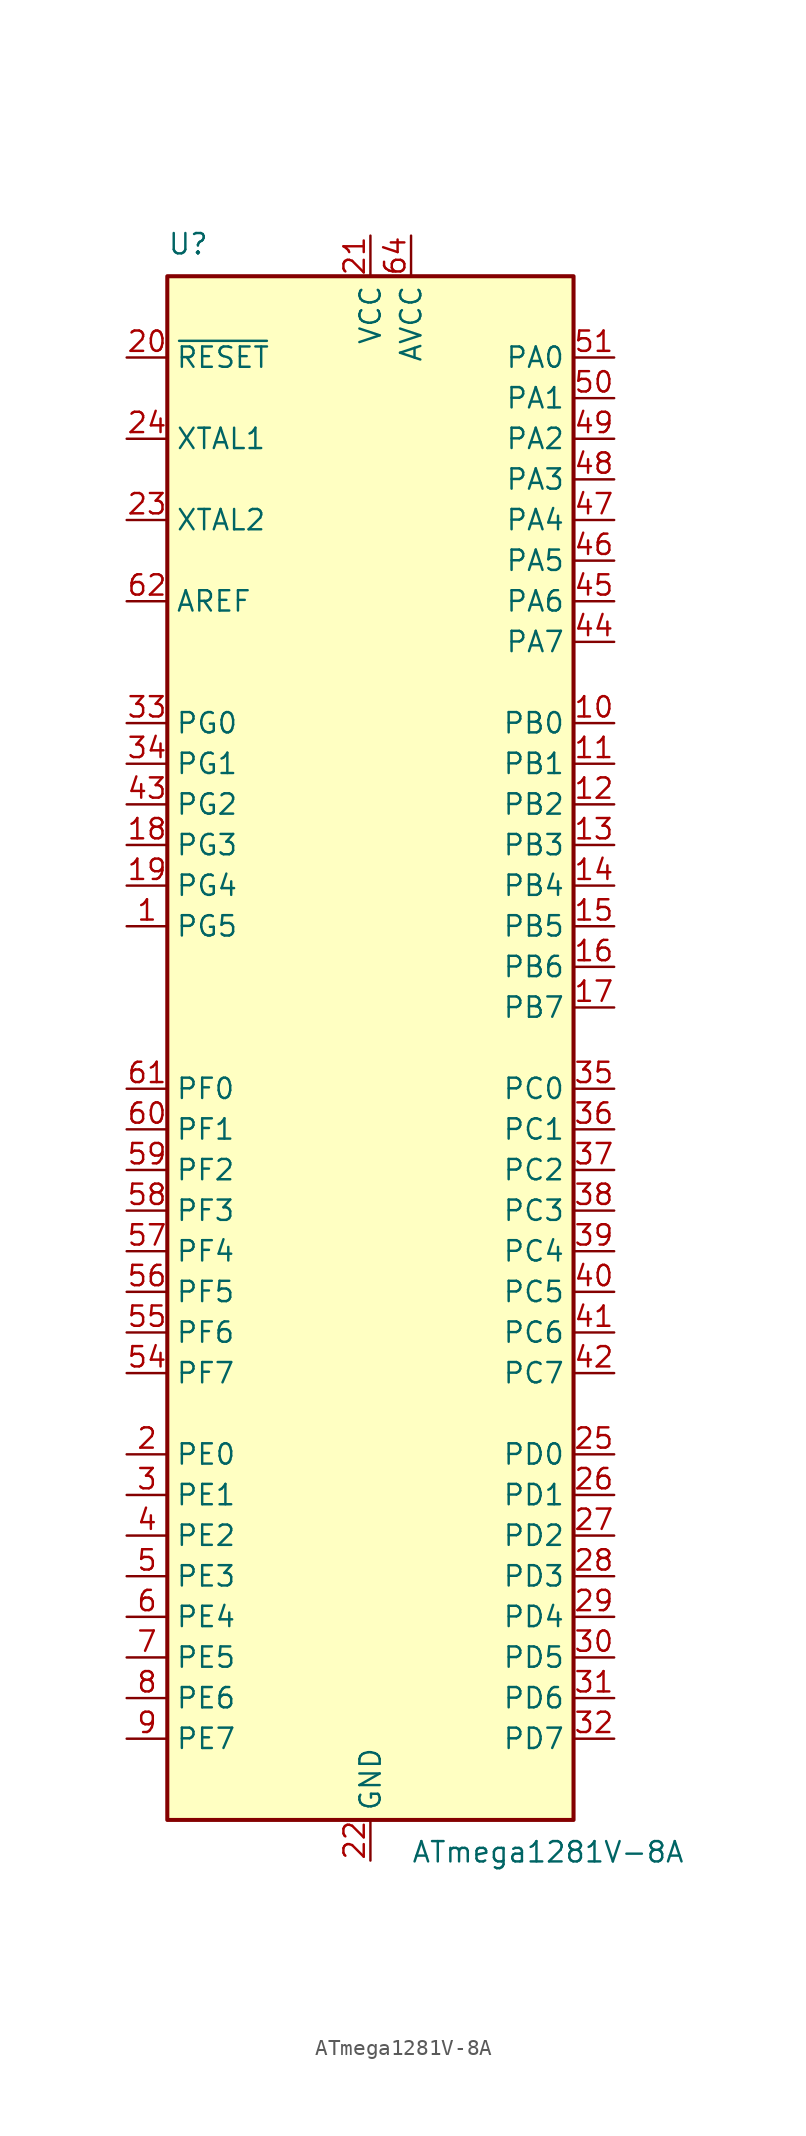
<source format=kicad_sym>
(kicad_symbol_lib
  (version 20201005)
  (generator kicad_symbol_editor)
  (symbol "ATmega1281V-8A"
    (property "Reference" "U"
      (at -12.7 49.53 0)
      (effects (font (size 1.27 1.27)) (justify left bottom)))
    (property "Value" "ATmega1281V-8A"
      (at 2.54 -49.53 0)
      (effects (font (size 1.27 1.27)) (justify left top)))
    (symbol "ATmega1281V-8A_0_1"
      (rectangle (start -12.7 -48.26) (end 12.7 48.26) (stroke (width 0.254)) (fill (type background))))
    (symbol "ATmega1281V-8A_1_1"
      (pin bidirectional line (at -15.24 7.62 0) (length 2.54) (name "PG5" (effects (font (size 1.27 1.27)))) (number "1" (effects (font (size 1.27 1.27)))))
      (pin bidirectional line (at 15.24 20.32 180) (length 2.54) (name "PB0" (effects (font (size 1.27 1.27)))) (number "10" (effects (font (size 1.27 1.27)))))
      (pin bidirectional line (at 15.24 17.78 180) (length 2.54) (name "PB1" (effects (font (size 1.27 1.27)))) (number "11" (effects (font (size 1.27 1.27)))))
      (pin bidirectional line (at 15.24 15.24 180) (length 2.54) (name "PB2" (effects (font (size 1.27 1.27)))) (number "12" (effects (font (size 1.27 1.27)))))
      (pin bidirectional line (at 15.24 12.7 180) (length 2.54) (name "PB3" (effects (font (size 1.27 1.27)))) (number "13" (effects (font (size 1.27 1.27)))))
      (pin bidirectional line (at 15.24 10.16 180) (length 2.54) (name "PB4" (effects (font (size 1.27 1.27)))) (number "14" (effects (font (size 1.27 1.27)))))
      (pin bidirectional line (at 15.24 7.62 180) (length 2.54) (name "PB5" (effects (font (size 1.27 1.27)))) (number "15" (effects (font (size 1.27 1.27)))))
      (pin bidirectional line (at 15.24 5.08 180) (length 2.54) (name "PB6" (effects (font (size 1.27 1.27)))) (number "16" (effects (font (size 1.27 1.27)))))
      (pin bidirectional line (at 15.24 2.54 180) (length 2.54) (name "PB7" (effects (font (size 1.27 1.27)))) (number "17" (effects (font (size 1.27 1.27)))))
      (pin bidirectional line (at -15.24 12.7 0) (length 2.54) (name "PG3" (effects (font (size 1.27 1.27)))) (number "18" (effects (font (size 1.27 1.27)))))
      (pin bidirectional line (at -15.24 10.16 0) (length 2.54) (name "PG4" (effects (font (size 1.27 1.27)))) (number "19" (effects (font (size 1.27 1.27)))))
      (pin bidirectional line (at -15.24 -25.4 0) (length 2.54) (name "PE0" (effects (font (size 1.27 1.27)))) (number "2" (effects (font (size 1.27 1.27)))))
      (pin input line (at -15.24 43.18 0) (length 2.54) (name "~RESET" (effects (font (size 1.27 1.27)))) (number "20" (effects (font (size 1.27 1.27)))))
      (pin power_in line (at 0 50.8 270) (length 2.54) (name "VCC" (effects (font (size 1.27 1.27)))) (number "21" (effects (font (size 1.27 1.27)))))
      (pin power_in line (at 0 -50.8 90) (length 2.54) (name "GND" (effects (font (size 1.27 1.27)))) (number "22" (effects (font (size 1.27 1.27)))))
      (pin output line (at -15.24 33.02 0) (length 2.54) (name "XTAL2" (effects (font (size 1.27 1.27)))) (number "23" (effects (font (size 1.27 1.27)))))
      (pin input line (at -15.24 38.1 0) (length 2.54) (name "XTAL1" (effects (font (size 1.27 1.27)))) (number "24" (effects (font (size 1.27 1.27)))))
      (pin bidirectional line (at 15.24 -25.4 180) (length 2.54) (name "PD0" (effects (font (size 1.27 1.27)))) (number "25" (effects (font (size 1.27 1.27)))))
      (pin bidirectional line (at 15.24 -27.94 180) (length 2.54) (name "PD1" (effects (font (size 1.27 1.27)))) (number "26" (effects (font (size 1.27 1.27)))))
      (pin bidirectional line (at 15.24 -30.48 180) (length 2.54) (name "PD2" (effects (font (size 1.27 1.27)))) (number "27" (effects (font (size 1.27 1.27)))))
      (pin bidirectional line (at 15.24 -33.02 180) (length 2.54) (name "PD3" (effects (font (size 1.27 1.27)))) (number "28" (effects (font (size 1.27 1.27)))))
      (pin bidirectional line (at 15.24 -35.56 180) (length 2.54) (name "PD4" (effects (font (size 1.27 1.27)))) (number "29" (effects (font (size 1.27 1.27)))))
      (pin bidirectional line (at -15.24 -27.94 0) (length 2.54) (name "PE1" (effects (font (size 1.27 1.27)))) (number "3" (effects (font (size 1.27 1.27)))))
      (pin bidirectional line (at 15.24 -38.1 180) (length 2.54) (name "PD5" (effects (font (size 1.27 1.27)))) (number "30" (effects (font (size 1.27 1.27)))))
      (pin bidirectional line (at 15.24 -40.64 180) (length 2.54) (name "PD6" (effects (font (size 1.27 1.27)))) (number "31" (effects (font (size 1.27 1.27)))))
      (pin bidirectional line (at 15.24 -43.18 180) (length 2.54) (name "PD7" (effects (font (size 1.27 1.27)))) (number "32" (effects (font (size 1.27 1.27)))))
      (pin bidirectional line (at -15.24 20.32 0) (length 2.54) (name "PG0" (effects (font (size 1.27 1.27)))) (number "33" (effects (font (size 1.27 1.27)))))
      (pin bidirectional line (at -15.24 17.78 0) (length 2.54) (name "PG1" (effects (font (size 1.27 1.27)))) (number "34" (effects (font (size 1.27 1.27)))))
      (pin bidirectional line (at 15.24 -2.54 180) (length 2.54) (name "PC0" (effects (font (size 1.27 1.27)))) (number "35" (effects (font (size 1.27 1.27)))))
      (pin bidirectional line (at 15.24 -5.08 180) (length 2.54) (name "PC1" (effects (font (size 1.27 1.27)))) (number "36" (effects (font (size 1.27 1.27)))))
      (pin bidirectional line (at 15.24 -7.62 180) (length 2.54) (name "PC2" (effects (font (size 1.27 1.27)))) (number "37" (effects (font (size 1.27 1.27)))))
      (pin bidirectional line (at 15.24 -10.16 180) (length 2.54) (name "PC3" (effects (font (size 1.27 1.27)))) (number "38" (effects (font (size 1.27 1.27)))))
      (pin bidirectional line (at 15.24 -12.7 180) (length 2.54) (name "PC4" (effects (font (size 1.27 1.27)))) (number "39" (effects (font (size 1.27 1.27)))))
      (pin bidirectional line (at -15.24 -30.48 0) (length 2.54) (name "PE2" (effects (font (size 1.27 1.27)))) (number "4" (effects (font (size 1.27 1.27)))))
      (pin bidirectional line (at 15.24 -15.24 180) (length 2.54) (name "PC5" (effects (font (size 1.27 1.27)))) (number "40" (effects (font (size 1.27 1.27)))))
      (pin bidirectional line (at 15.24 -17.78 180) (length 2.54) (name "PC6" (effects (font (size 1.27 1.27)))) (number "41" (effects (font (size 1.27 1.27)))))
      (pin bidirectional line (at 15.24 -20.32 180) (length 2.54) (name "PC7" (effects (font (size 1.27 1.27)))) (number "42" (effects (font (size 1.27 1.27)))))
      (pin bidirectional line (at -15.24 15.24 0) (length 2.54) (name "PG2" (effects (font (size 1.27 1.27)))) (number "43" (effects (font (size 1.27 1.27)))))
      (pin bidirectional line (at 15.24 25.4 180) (length 2.54) (name "PA7" (effects (font (size 1.27 1.27)))) (number "44" (effects (font (size 1.27 1.27)))))
      (pin bidirectional line (at 15.24 27.94 180) (length 2.54) (name "PA6" (effects (font (size 1.27 1.27)))) (number "45" (effects (font (size 1.27 1.27)))))
      (pin bidirectional line (at 15.24 30.48 180) (length 2.54) (name "PA5" (effects (font (size 1.27 1.27)))) (number "46" (effects (font (size 1.27 1.27)))))
      (pin bidirectional line (at 15.24 33.02 180) (length 2.54) (name "PA4" (effects (font (size 1.27 1.27)))) (number "47" (effects (font (size 1.27 1.27)))))
      (pin bidirectional line (at 15.24 35.56 180) (length 2.54) (name "PA3" (effects (font (size 1.27 1.27)))) (number "48" (effects (font (size 1.27 1.27)))))
      (pin bidirectional line (at 15.24 38.1 180) (length 2.54) (name "PA2" (effects (font (size 1.27 1.27)))) (number "49" (effects (font (size 1.27 1.27)))))
      (pin bidirectional line (at -15.24 -33.02 0) (length 2.54) (name "PE3" (effects (font (size 1.27 1.27)))) (number "5" (effects (font (size 1.27 1.27)))))
      (pin bidirectional line (at 15.24 40.64 180) (length 2.54) (name "PA1" (effects (font (size 1.27 1.27)))) (number "50" (effects (font (size 1.27 1.27)))))
      (pin bidirectional line (at 15.24 43.18 180) (length 2.54) (name "PA0" (effects (font (size 1.27 1.27)))) (number "51" (effects (font (size 1.27 1.27)))))
      (pin passive line (at 0 50.8 270) (length 2.54) hide (name "VCC" (effects (font (size 1.27 1.27)))) (number "52" (effects (font (size 1.27 1.27)))))
      (pin passive line (at 0 -50.8 90) (length 2.54) hide (name "GND" (effects (font (size 1.27 1.27)))) (number "53" (effects (font (size 1.27 1.27)))))
      (pin bidirectional line (at -15.24 -20.32 0) (length 2.54) (name "PF7" (effects (font (size 1.27 1.27)))) (number "54" (effects (font (size 1.27 1.27)))))
      (pin bidirectional line (at -15.24 -17.78 0) (length 2.54) (name "PF6" (effects (font (size 1.27 1.27)))) (number "55" (effects (font (size 1.27 1.27)))))
      (pin bidirectional line (at -15.24 -15.24 0) (length 2.54) (name "PF5" (effects (font (size 1.27 1.27)))) (number "56" (effects (font (size 1.27 1.27)))))
      (pin bidirectional line (at -15.24 -12.7 0) (length 2.54) (name "PF4" (effects (font (size 1.27 1.27)))) (number "57" (effects (font (size 1.27 1.27)))))
      (pin bidirectional line (at -15.24 -10.16 0) (length 2.54) (name "PF3" (effects (font (size 1.27 1.27)))) (number "58" (effects (font (size 1.27 1.27)))))
      (pin bidirectional line (at -15.24 -7.62 0) (length 2.54) (name "PF2" (effects (font (size 1.27 1.27)))) (number "59" (effects (font (size 1.27 1.27)))))
      (pin bidirectional line (at -15.24 -35.56 0) (length 2.54) (name "PE4" (effects (font (size 1.27 1.27)))) (number "6" (effects (font (size 1.27 1.27)))))
      (pin bidirectional line (at -15.24 -5.08 0) (length 2.54) (name "PF1" (effects (font (size 1.27 1.27)))) (number "60" (effects (font (size 1.27 1.27)))))
      (pin bidirectional line (at -15.24 -2.54 0) (length 2.54) (name "PF0" (effects (font (size 1.27 1.27)))) (number "61" (effects (font (size 1.27 1.27)))))
      (pin passive line (at -15.24 27.94 0) (length 2.54) (name "AREF" (effects (font (size 1.27 1.27)))) (number "62" (effects (font (size 1.27 1.27)))))
      (pin passive line (at 0 -50.8 90) (length 2.54) hide (name "GND" (effects (font (size 1.27 1.27)))) (number "63" (effects (font (size 1.27 1.27)))))
      (pin power_in line (at 2.54 50.8 270) (length 2.54) (name "AVCC" (effects (font (size 1.27 1.27)))) (number "64" (effects (font (size 1.27 1.27)))))
      (pin bidirectional line (at -15.24 -38.1 0) (length 2.54) (name "PE5" (effects (font (size 1.27 1.27)))) (number "7" (effects (font (size 1.27 1.27)))))
      (pin bidirectional line (at -15.24 -40.64 0) (length 2.54) (name "PE6" (effects (font (size 1.27 1.27)))) (number "8" (effects (font (size 1.27 1.27)))))
      (pin bidirectional line (at -15.24 -43.18 0) (length 2.54) (name "PE7" (effects (font (size 1.27 1.27)))) (number "9" (effects (font (size 1.27 1.27))))))))
</source>
